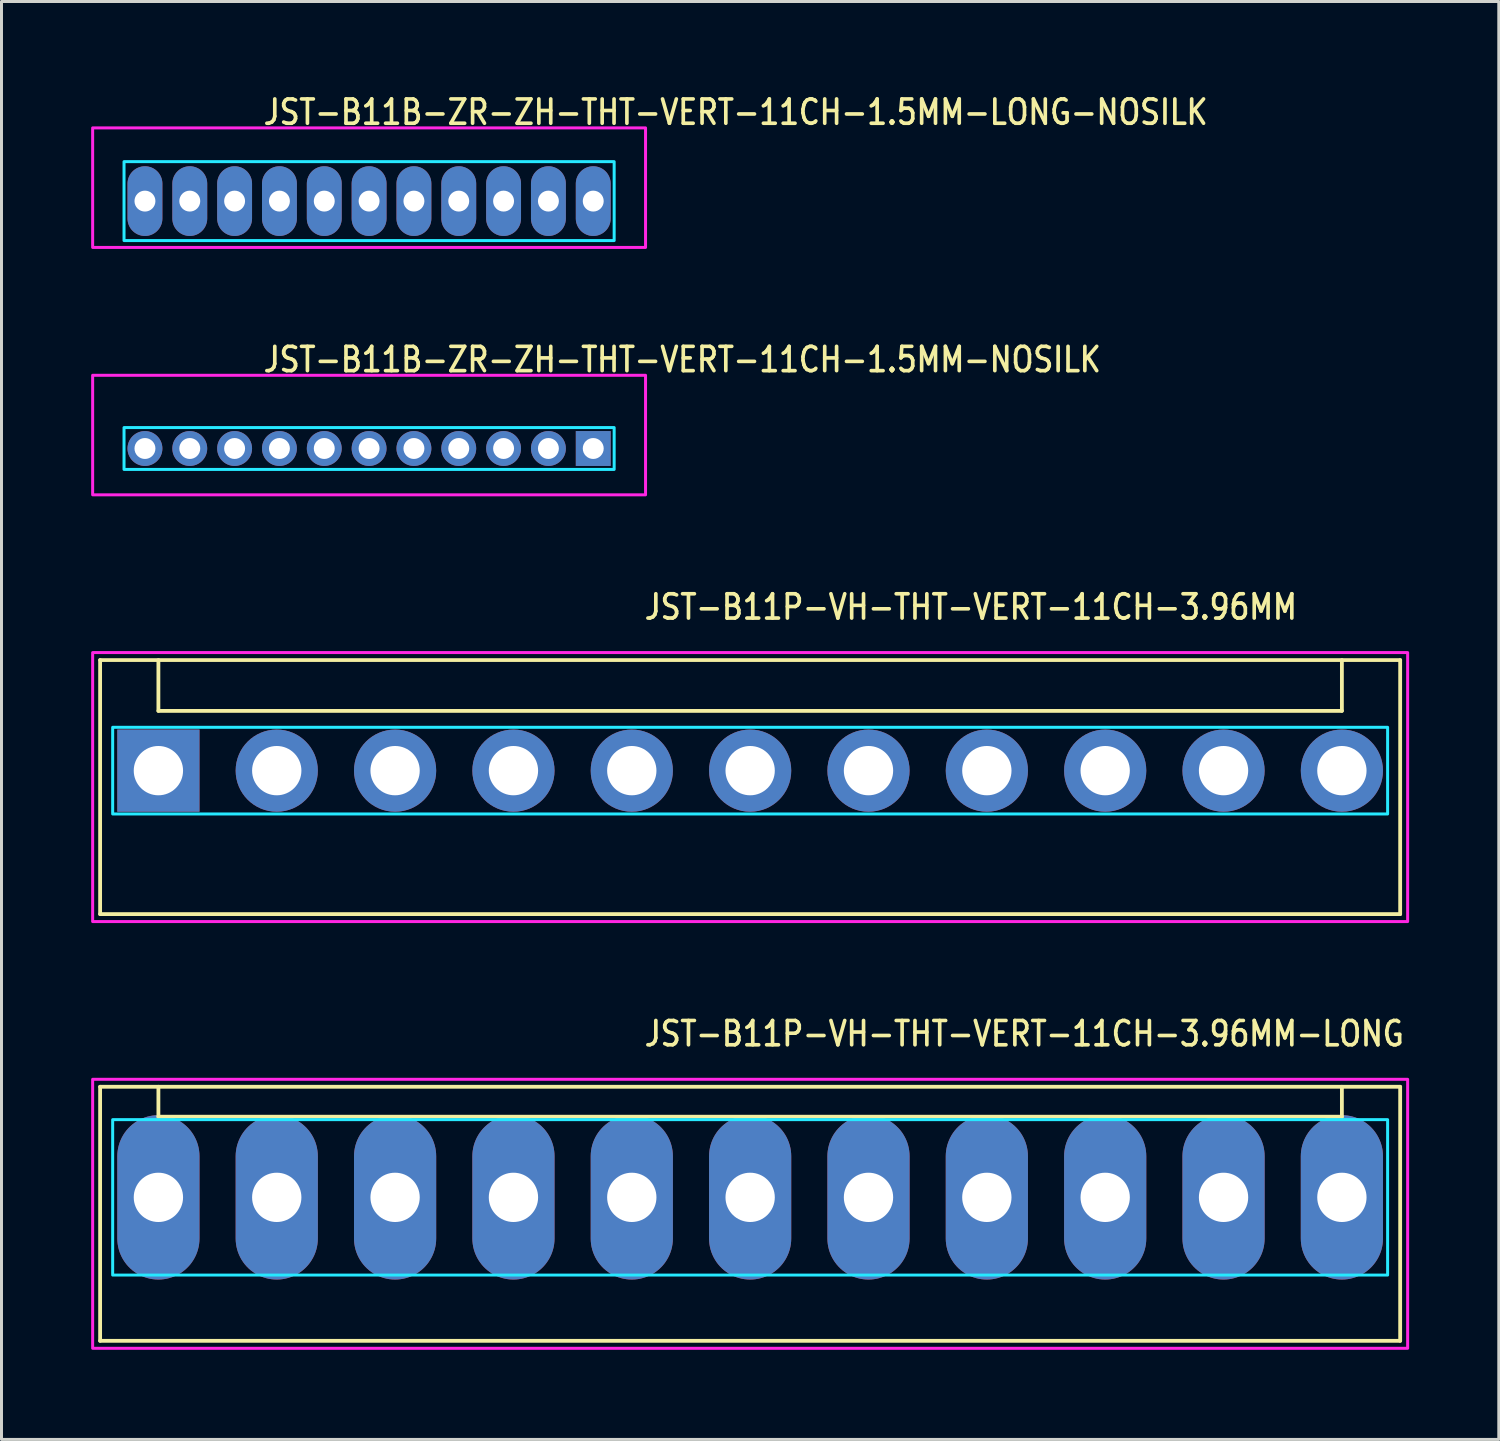
<source format=kicad_pcb>
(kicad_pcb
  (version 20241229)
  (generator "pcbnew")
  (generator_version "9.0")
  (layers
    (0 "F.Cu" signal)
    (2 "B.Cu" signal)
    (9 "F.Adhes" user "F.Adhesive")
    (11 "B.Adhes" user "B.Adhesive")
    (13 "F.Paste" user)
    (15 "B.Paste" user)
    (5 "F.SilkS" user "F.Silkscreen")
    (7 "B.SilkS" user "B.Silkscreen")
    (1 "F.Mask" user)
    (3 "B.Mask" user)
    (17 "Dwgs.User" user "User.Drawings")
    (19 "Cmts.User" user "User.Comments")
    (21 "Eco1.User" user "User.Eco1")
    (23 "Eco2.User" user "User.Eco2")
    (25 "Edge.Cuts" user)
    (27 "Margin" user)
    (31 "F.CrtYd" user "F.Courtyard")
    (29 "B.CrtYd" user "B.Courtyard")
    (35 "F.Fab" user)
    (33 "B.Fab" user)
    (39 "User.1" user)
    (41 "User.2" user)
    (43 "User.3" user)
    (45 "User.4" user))
  (footprint "JST-B11B-ZR-ZH-THT-VERT-11CH-1.5MM-LONG-NOSILK"
    (layer "F.Cu")
    (at 9.3 3.679)
    (property "Reference" "JST-B11B-ZR-ZH-THT-VERT-11CH-1.5MM-LONG-NOSILK" (at -3.6 -2.5 0) (unlocked yes) (layer "F.SilkS") (effects (font (size 0.813 0.695) (thickness 0.122)) (justify left bottom)))
    (fp_poly (pts (xy -8.2 -1.32) (xy -8.2 1.32) (xy 8.2 1.32) (xy 8.2 -1.32)) (stroke (width 0.1) (type solid)) (fill no) (layer "B.CrtYd"))
    (fp_poly (pts (xy -9.25 -2.45) (xy -9.25 1.55) (xy 9.25 1.55) (xy 9.25 -2.45)) (stroke (width 0.1) (type solid)) (fill no) (layer "F.CrtYd"))
    (pad "1" thru_hole oval (at 7.5 0 90) (size 2.333 1.167) (drill 0.7) (layers "*.Cu" "*.Mask"))
    (pad "2" thru_hole oval (at 6 0 90) (size 2.333 1.167) (drill 0.7) (layers "*.Cu" "*.Mask"))
    (pad "3" thru_hole oval (at 4.5 0 90) (size 2.333 1.167) (drill 0.7) (layers "*.Cu" "*.Mask"))
    (pad "4" thru_hole oval (at 3 0 90) (size 2.333 1.167) (drill 0.7) (layers "*.Cu" "*.Mask"))
    (pad "5" thru_hole oval (at 1.5 0 90) (size 2.333 1.167) (drill 0.7) (layers "*.Cu" "*.Mask"))
    (pad "6" thru_hole oval (at 0 0 90) (size 2.333 1.167) (drill 0.7) (layers "*.Cu" "*.Mask"))
    (pad "7" thru_hole oval (at -1.5 0 90) (size 2.333 1.167) (drill 0.7) (layers "*.Cu" "*.Mask"))
    (pad "8" thru_hole oval (at -3 0 90) (size 2.333 1.167) (drill 0.7) (layers "*.Cu" "*.Mask"))
    (pad "9" thru_hole oval (at -4.5 0 90) (size 2.333 1.167) (drill 0.7) (layers "*.Cu" "*.Mask"))
    (pad "10" thru_hole oval (at -6 0 90) (size 2.333 1.167) (drill 0.7) (layers "*.Cu" "*.Mask"))
    (pad "11" thru_hole oval (at -7.5 0 90) (size 2.333 1.167) (drill 0.7) (layers "*.Cu" "*.Mask")))
  (footprint "JST-B11P-VH-THT-VERT-11CH-3.96MM-LONG"
    (layer "F.Cu")
    (at 22.05 37.014)
    (property "Reference" "JST-B11P-VH-THT-VERT-11CH-3.96MM-LONG" (at -3.6 -5 0) (unlocked yes) (layer "F.SilkS") (effects (font (size 0.813 0.695) (thickness 0.122)) (justify left bottom)))
    (fp_line (start -21.75 -3.7) (end 21.75 -3.7) (stroke (width 0.127) (type solid)) (layer "F.SilkS"))
    (fp_line (start -21.75 4.8) (end -21.75 -3.7) (stroke (width 0.127) (type solid)) (layer "F.SilkS"))
    (fp_line (start -21.75 4.8) (end 21.75 4.8) (stroke (width 0.127) (type solid)) (layer "F.SilkS"))
    (fp_line (start -19.8 -3.7) (end -19.8 -2.7) (stroke (width 0.127) (type solid)) (layer "F.SilkS"))
    (fp_line (start -19.8 -2.7) (end 19.8 -2.7) (stroke (width 0.127) (type solid)) (layer "F.SilkS"))
    (fp_line (start 19.8 -3.7) (end 19.8 -2.7) (stroke (width 0.127) (type solid)) (layer "F.SilkS"))
    (fp_line (start 21.75 -3.7) (end 21.75 4.8) (stroke (width 0.127) (type solid)) (layer "F.SilkS"))
    (fp_poly (pts (xy -21.33 -2.6) (xy -21.33 2.6) (xy 21.33 2.6) (xy 21.33 -2.6)) (stroke (width 0.1) (type solid)) (fill no) (layer "B.CrtYd"))
    (fp_poly (pts (xy -22 -3.95) (xy -22 5.05) (xy 22 5.05) (xy 22 -3.95)) (stroke (width 0.1) (type solid)) (fill no) (layer "F.CrtYd"))
    (pad "1" thru_hole oval (at -19.8 0 90) (size 5.5 2.75) (drill 1.65) (layers "*.Cu" "*.Mask"))
    (pad "2" thru_hole oval (at -15.84 0 90) (size 5.5 2.75) (drill 1.65) (layers "*.Cu" "*.Mask"))
    (pad "3" thru_hole oval (at -11.88 0 90) (size 5.5 2.75) (drill 1.65) (layers "*.Cu" "*.Mask"))
    (pad "4" thru_hole oval (at -7.92 0 90) (size 5.5 2.75) (drill 1.65) (layers "*.Cu" "*.Mask"))
    (pad "5" thru_hole oval (at -3.96 0 90) (size 5.5 2.75) (drill 1.65) (layers "*.Cu" "*.Mask"))
    (pad "6" thru_hole oval (at 0 0 90) (size 5.5 2.75) (drill 1.65) (layers "*.Cu" "*.Mask"))
    (pad "7" thru_hole oval (at 3.96 0 90) (size 5.5 2.75) (drill 1.65) (layers "*.Cu" "*.Mask"))
    (pad "8" thru_hole oval (at 7.92 0 90) (size 5.5 2.75) (drill 1.65) (layers "*.Cu" "*.Mask"))
    (pad "9" thru_hole oval (at 11.88 0 90) (size 5.5 2.75) (drill 1.65) (layers "*.Cu" "*.Mask"))
    (pad "10" thru_hole oval (at 15.84 0 90) (size 5.5 2.75) (drill 1.65) (layers "*.Cu" "*.Mask"))
    (pad "11" thru_hole oval (at 19.8 0 90) (size 5.5 2.75) (drill 1.65) (layers "*.Cu" "*.Mask")))
  (footprint "JST-B11P-VH-THT-VERT-11CH-3.96MM"
    (layer "F.Cu")
    (at 22.05 22.736)
    (property "Reference" "JST-B11P-VH-THT-VERT-11CH-3.96MM" (at -3.6 -5 0) (unlocked yes) (layer "F.SilkS") (effects (font (size 0.813 0.695) (thickness 0.122)) (justify left bottom)))
    (fp_line (start -21.75 -3.7) (end 21.75 -3.7) (stroke (width 0.127) (type solid)) (layer "F.SilkS"))
    (fp_line (start -21.75 4.8) (end -21.75 -3.7) (stroke (width 0.127) (type solid)) (layer "F.SilkS"))
    (fp_line (start -21.75 4.8) (end 21.75 4.8) (stroke (width 0.127) (type solid)) (layer "F.SilkS"))
    (fp_line (start -19.8 -3.7) (end -19.8 -2) (stroke (width 0.127) (type solid)) (layer "F.SilkS"))
    (fp_line (start -19.8 -2) (end 19.8 -2) (stroke (width 0.127) (type solid)) (layer "F.SilkS"))
    (fp_line (start 19.8 -3.7) (end 19.8 -2) (stroke (width 0.127) (type solid)) (layer "F.SilkS"))
    (fp_line (start 21.75 -3.7) (end 21.75 4.8) (stroke (width 0.127) (type solid)) (layer "F.SilkS"))
    (fp_poly (pts (xy -21.33 -1.45) (xy -21.33 1.45) (xy 21.33 1.45) (xy 21.33 -1.45)) (stroke (width 0.1) (type solid)) (fill no) (layer "B.CrtYd"))
    (fp_poly (pts (xy -22 -3.95) (xy -22 5.05) (xy 22 5.05) (xy 22 -3.95)) (stroke (width 0.1) (type solid)) (fill no) (layer "F.CrtYd"))
    (pad "1" thru_hole rect (at -19.8 0) (size 2.75 2.75) (drill 1.65) (layers "*.Cu" "*.Mask"))
    (pad "2" thru_hole oval (at -15.84 0) (size 2.75 2.75) (drill 1.65) (layers "*.Cu" "*.Mask"))
    (pad "3" thru_hole oval (at -11.88 0) (size 2.75 2.75) (drill 1.65) (layers "*.Cu" "*.Mask"))
    (pad "4" thru_hole oval (at -7.92 0) (size 2.75 2.75) (drill 1.65) (layers "*.Cu" "*.Mask"))
    (pad "5" thru_hole oval (at -3.96 0) (size 2.75 2.75) (drill 1.65) (layers "*.Cu" "*.Mask"))
    (pad "6" thru_hole oval (at 0 0) (size 2.75 2.75) (drill 1.65) (layers "*.Cu" "*.Mask"))
    (pad "7" thru_hole oval (at 3.96 0) (size 2.75 2.75) (drill 1.65) (layers "*.Cu" "*.Mask"))
    (pad "8" thru_hole oval (at 7.92 0) (size 2.75 2.75) (drill 1.65) (layers "*.Cu" "*.Mask"))
    (pad "9" thru_hole oval (at 11.88 0) (size 2.75 2.75) (drill 1.65) (layers "*.Cu" "*.Mask"))
    (pad "10" thru_hole oval (at 15.84 0) (size 2.75 2.75) (drill 1.65) (layers "*.Cu" "*.Mask"))
    (pad "11" thru_hole oval (at 19.8 0) (size 2.75 2.75) (drill 1.65) (layers "*.Cu" "*.Mask")))
  (footprint "JST-B11B-ZR-ZH-THT-VERT-11CH-1.5MM-NOSILK"
    (layer "F.Cu")
    (at 9.3 11.957)
    (property "Reference" "JST-B11B-ZR-ZH-THT-VERT-11CH-1.5MM-NOSILK" (at -3.6 -2.5 0) (unlocked yes) (layer "F.SilkS") (effects (font (size 0.813 0.695) (thickness 0.122)) (justify left bottom)))
    (fp_poly (pts (xy -8.2 -0.7) (xy -8.2 0.7) (xy 8.2 0.7) (xy 8.2 -0.7)) (stroke (width 0.1) (type solid)) (fill no) (layer "B.CrtYd"))
    (fp_poly (pts (xy -9.25 -2.45) (xy -9.25 1.55) (xy 9.25 1.55) (xy 9.25 -2.45)) (stroke (width 0.1) (type solid)) (fill no) (layer "F.CrtYd"))
    (pad "1" thru_hole rect (at 7.5 0) (size 1.167 1.167) (drill 0.7) (layers "*.Cu" "*.Mask"))
    (pad "2" thru_hole oval (at 6 0) (size 1.167 1.167) (drill 0.7) (layers "*.Cu" "*.Mask"))
    (pad "3" thru_hole oval (at 4.5 0) (size 1.167 1.167) (drill 0.7) (layers "*.Cu" "*.Mask"))
    (pad "4" thru_hole oval (at 3 0) (size 1.167 1.167) (drill 0.7) (layers "*.Cu" "*.Mask"))
    (pad "5" thru_hole oval (at 1.5 0) (size 1.167 1.167) (drill 0.7) (layers "*.Cu" "*.Mask"))
    (pad "6" thru_hole oval (at 0 0) (size 1.167 1.167) (drill 0.7) (layers "*.Cu" "*.Mask"))
    (pad "7" thru_hole oval (at -1.5 0) (size 1.167 1.167) (drill 0.7) (layers "*.Cu" "*.Mask"))
    (pad "8" thru_hole oval (at -3 0) (size 1.167 1.167) (drill 0.7) (layers "*.Cu" "*.Mask"))
    (pad "9" thru_hole oval (at -4.5 0) (size 1.167 1.167) (drill 0.7) (layers "*.Cu" "*.Mask"))
    (pad "10" thru_hole oval (at -6 0) (size 1.167 1.167) (drill 0.7) (layers "*.Cu" "*.Mask"))
    (pad "11" thru_hole oval (at -7.5 0) (size 1.167 1.167) (drill 0.7) (layers "*.Cu" "*.Mask")))
  (gr_rect
    (start -3 -3)
    (end 47.1 45.114)
    (stroke (width 0.1) (type default))
    (fill no)
    (layer "Edge.Cuts")))
</source>
